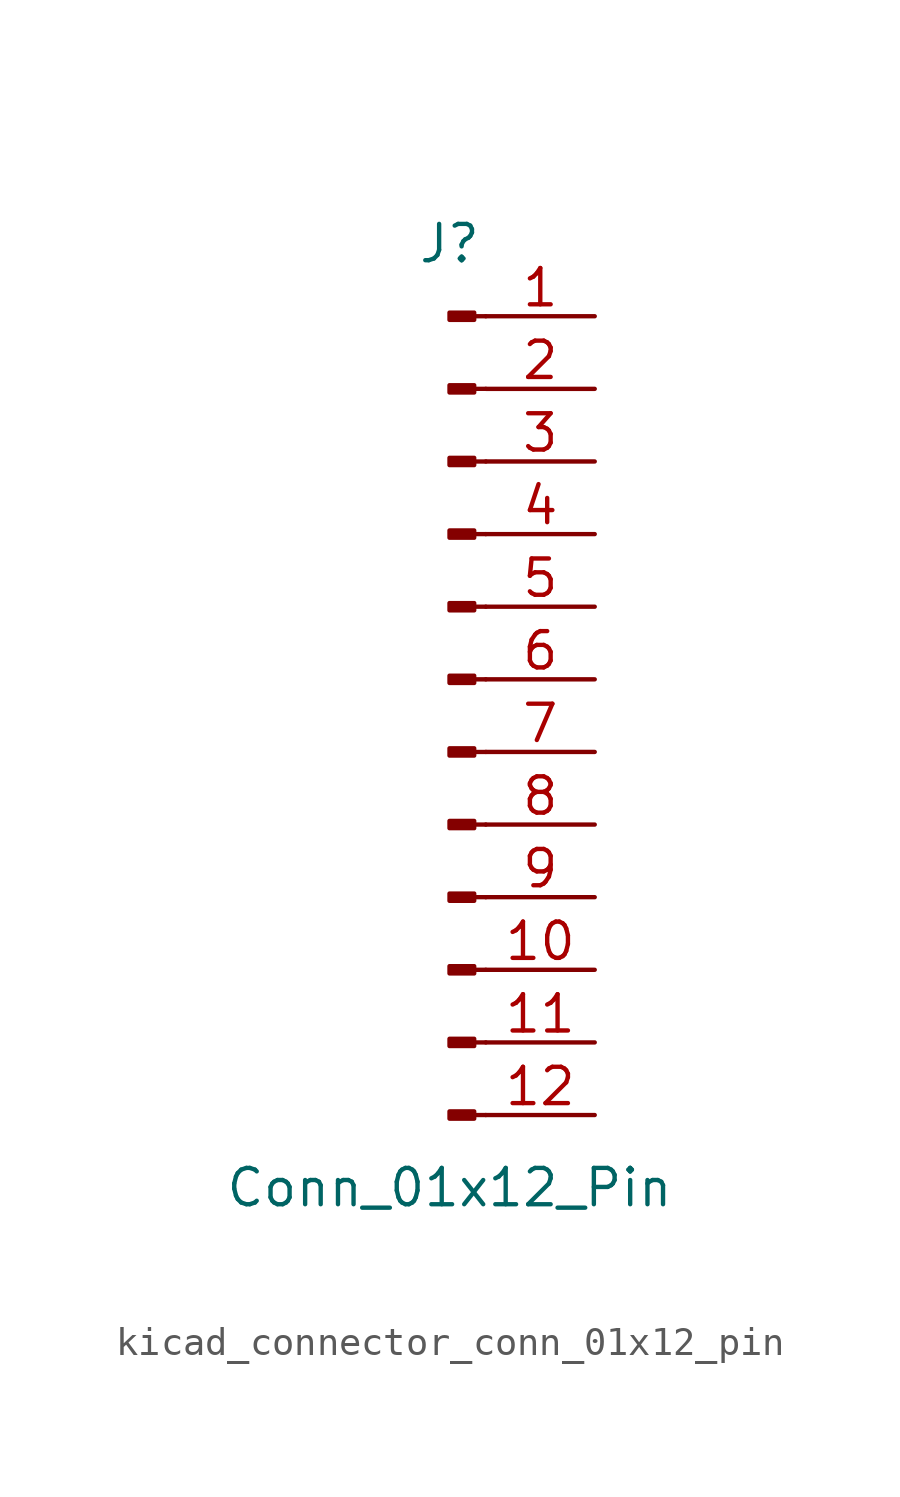
<source format=kicad_sym>
(kicad_symbol_lib
  (version 20220914)
  (generator kicad_symbol_editor)
  (symbol "kicad_connector_conn_01x12_pin"
    (pin_names
      (offset 1.016) hide)
    (property "Reference" "J"
      (at 0 15.24 0)
      (effects (font (size 1.27 1.27))))
    (property "Value" "Conn_01x12_Pin"
      (at 0 -17.78 0)
      (effects (font (size 1.27 1.27))))
    (property "ki_locked" ""
      (at 0 0 0)
      (effects (font (size 1.27 1.27))))
    (symbol "kicad_connector_conn_01x12_pin_1_1"
      (polyline (pts (xy 1.27 -15.24) (xy 0.864 -15.24)) (stroke (width 0.152) (type default)) (fill (type none)))
      (polyline (pts (xy 1.27 -12.7) (xy 0.864 -12.7)) (stroke (width 0.152) (type default)) (fill (type none)))
      (polyline (pts (xy 1.27 -10.16) (xy 0.864 -10.16)) (stroke (width 0.152) (type default)) (fill (type none)))
      (polyline (pts (xy 1.27 -7.62) (xy 0.864 -7.62)) (stroke (width 0.152) (type default)) (fill (type none)))
      (polyline (pts (xy 1.27 -5.08) (xy 0.864 -5.08)) (stroke (width 0.152) (type default)) (fill (type none)))
      (polyline (pts (xy 1.27 -2.54) (xy 0.864 -2.54)) (stroke (width 0.152) (type default)) (fill (type none)))
      (polyline (pts (xy 1.27 0) (xy 0.864 0)) (stroke (width 0.152) (type default)) (fill (type none)))
      (polyline (pts (xy 1.27 2.54) (xy 0.864 2.54)) (stroke (width 0.152) (type default)) (fill (type none)))
      (polyline (pts (xy 1.27 5.08) (xy 0.864 5.08)) (stroke (width 0.152) (type default)) (fill (type none)))
      (polyline (pts (xy 1.27 7.62) (xy 0.864 7.62)) (stroke (width 0.152) (type default)) (fill (type none)))
      (polyline (pts (xy 1.27 10.16) (xy 0.864 10.16)) (stroke (width 0.152) (type default)) (fill (type none)))
      (polyline (pts (xy 1.27 12.7) (xy 0.864 12.7)) (stroke (width 0.152) (type default)) (fill (type none)))
      (rectangle (start 0.864 -15.113) (end 0 -15.367) (stroke (width 0.152) (type default)) (fill (type outline)))
      (rectangle (start 0.864 -12.573) (end 0 -12.827) (stroke (width 0.152) (type default)) (fill (type outline)))
      (rectangle (start 0.864 -10.033) (end 0 -10.287) (stroke (width 0.152) (type default)) (fill (type outline)))
      (rectangle (start 0.864 -7.493) (end 0 -7.747) (stroke (width 0.152) (type default)) (fill (type outline)))
      (rectangle (start 0.864 -4.953) (end 0 -5.207) (stroke (width 0.152) (type default)) (fill (type outline)))
      (rectangle (start 0.864 -2.413) (end 0 -2.667) (stroke (width 0.152) (type default)) (fill (type outline)))
      (rectangle (start 0.864 0.127) (end 0 -0.127) (stroke (width 0.152) (type default)) (fill (type outline)))
      (rectangle (start 0.864 2.667) (end 0 2.413) (stroke (width 0.152) (type default)) (fill (type outline)))
      (rectangle (start 0.864 5.207) (end 0 4.953) (stroke (width 0.152) (type default)) (fill (type outline)))
      (rectangle (start 0.864 7.747) (end 0 7.493) (stroke (width 0.152) (type default)) (fill (type outline)))
      (rectangle (start 0.864 10.287) (end 0 10.033) (stroke (width 0.152) (type default)) (fill (type outline)))
      (rectangle (start 0.864 12.827) (end 0 12.573) (stroke (width 0.152) (type default)) (fill (type outline)))
      (pin passive line (at 5.08 12.7 180) (length 3.81) (name "Pin_1" (effects (font (size 1.27 1.27)))) (number "1" (effects (font (size 1.27 1.27)))))
      (pin passive line (at 5.08 -10.16 180) (length 3.81) (name "Pin_10" (effects (font (size 1.27 1.27)))) (number "10" (effects (font (size 1.27 1.27)))))
      (pin passive line (at 5.08 -12.7 180) (length 3.81) (name "Pin_11" (effects (font (size 1.27 1.27)))) (number "11" (effects (font (size 1.27 1.27)))))
      (pin passive line (at 5.08 -15.24 180) (length 3.81) (name "Pin_12" (effects (font (size 1.27 1.27)))) (number "12" (effects (font (size 1.27 1.27)))))
      (pin passive line (at 5.08 10.16 180) (length 3.81) (name "Pin_2" (effects (font (size 1.27 1.27)))) (number "2" (effects (font (size 1.27 1.27)))))
      (pin passive line (at 5.08 7.62 180) (length 3.81) (name "Pin_3" (effects (font (size 1.27 1.27)))) (number "3" (effects (font (size 1.27 1.27)))))
      (pin passive line (at 5.08 5.08 180) (length 3.81) (name "Pin_4" (effects (font (size 1.27 1.27)))) (number "4" (effects (font (size 1.27 1.27)))))
      (pin passive line (at 5.08 2.54 180) (length 3.81) (name "Pin_5" (effects (font (size 1.27 1.27)))) (number "5" (effects (font (size 1.27 1.27)))))
      (pin passive line (at 5.08 0 180) (length 3.81) (name "Pin_6" (effects (font (size 1.27 1.27)))) (number "6" (effects (font (size 1.27 1.27)))))
      (pin passive line (at 5.08 -2.54 180) (length 3.81) (name "Pin_7" (effects (font (size 1.27 1.27)))) (number "7" (effects (font (size 1.27 1.27)))))
      (pin passive line (at 5.08 -5.08 180) (length 3.81) (name "Pin_8" (effects (font (size 1.27 1.27)))) (number "8" (effects (font (size 1.27 1.27)))))
      (pin passive line (at 5.08 -7.62 180) (length 3.81) (name "Pin_9" (effects (font (size 1.27 1.27)))) (number "9" (effects (font (size 1.27 1.27))))))))
</source>
